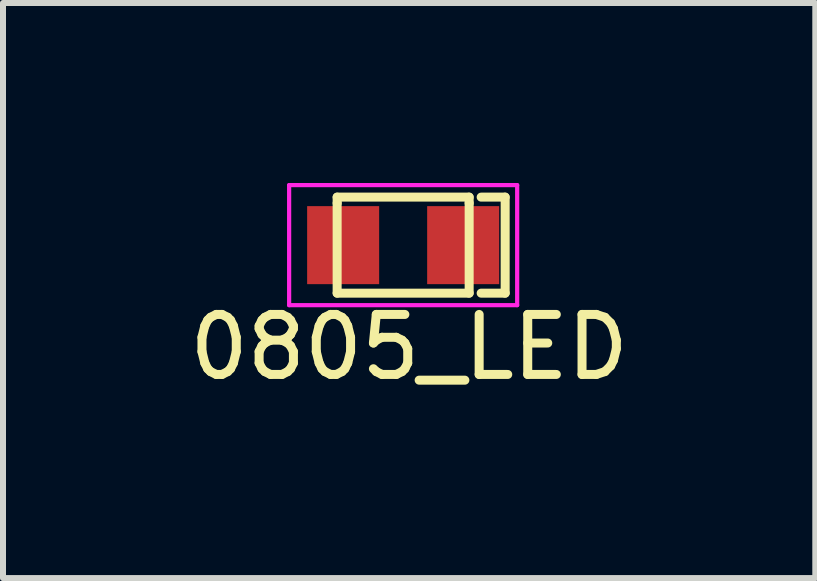
<source format=kicad_pcb>
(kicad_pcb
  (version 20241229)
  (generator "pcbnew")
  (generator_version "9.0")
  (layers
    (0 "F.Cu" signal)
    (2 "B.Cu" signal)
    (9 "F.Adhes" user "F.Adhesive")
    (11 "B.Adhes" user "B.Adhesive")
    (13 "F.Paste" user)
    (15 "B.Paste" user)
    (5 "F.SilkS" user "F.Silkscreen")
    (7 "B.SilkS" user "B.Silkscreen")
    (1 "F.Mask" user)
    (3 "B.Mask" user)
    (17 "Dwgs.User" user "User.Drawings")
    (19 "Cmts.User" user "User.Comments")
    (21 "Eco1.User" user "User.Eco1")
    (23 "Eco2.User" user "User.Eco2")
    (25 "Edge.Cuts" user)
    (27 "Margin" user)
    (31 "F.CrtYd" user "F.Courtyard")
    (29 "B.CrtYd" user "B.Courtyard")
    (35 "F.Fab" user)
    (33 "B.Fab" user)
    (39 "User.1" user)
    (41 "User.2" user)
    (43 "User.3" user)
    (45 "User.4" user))
  (footprint "0805_LED"
    (layer "F.Cu")
    (at 3.668 1.035)
    (property "Reference" "0805_LED" (at 0.1 1.7 0) (layer "F.SilkS") (effects (font (size 1 1) (thickness 0.15))))
    (attr through_hole)
    (fp_line (start -1.1 -0.8) (end 1.1 -0.8) (stroke (width 0.15) (type solid)) (layer "F.SilkS"))
    (fp_line (start -1.1 -0.7) (end -1.1 -0.8) (stroke (width 0.15) (type solid)) (layer "F.SilkS"))
    (fp_line (start -1.1 0.8) (end -1.1 -0.7) (stroke (width 0.15) (type solid)) (layer "F.SilkS"))
    (fp_line (start 1.1 -0.8) (end 1.1 -0.7) (stroke (width 0.15) (type solid)) (layer "F.SilkS"))
    (fp_line (start 1.1 -0.7) (end 1.1 0.8) (stroke (width 0.15) (type solid)) (layer "F.SilkS"))
    (fp_line (start 1.1 0.8) (end -1.1 0.8) (stroke (width 0.15) (type solid)) (layer "F.SilkS"))
    (fp_line (start 1.3 -0.8) (end 1.7 -0.8) (stroke (width 0.15) (type solid)) (layer "F.SilkS"))
    (fp_line (start 1.7 -0.8) (end 1.7 0.8) (stroke (width 0.15) (type solid)) (layer "F.SilkS"))
    (fp_line (start 1.7 0.8) (end 1.3 0.8) (stroke (width 0.15) (type solid)) (layer "F.SilkS"))
    (fp_line (start -1.9 -1) (end -1.9 1) (stroke (width 0.07) (type solid)) (layer "F.CrtYd"))
    (fp_line (start -1.9 1) (end 1.9 1) (stroke (width 0.07) (type solid)) (layer "F.CrtYd"))
    (fp_line (start 1.9 -1) (end -1.9 -1) (stroke (width 0.07) (type solid)) (layer "F.CrtYd"))
    (fp_line (start 1.9 1) (end 1.9 -1) (stroke (width 0.07) (type solid)) (layer "F.CrtYd"))
    (pad "1" smd rect (at 1 0) (size 1.2 1.3) (layers "F.Cu" "F.Mask" "F.Paste"))
    (pad "2" smd rect (at -1 0) (size 1.2 1.3) (layers "F.Cu" "F.Mask" "F.Paste")))
  (gr_rect
    (start -3 -3)
    (end 10.536 6.583)
    (stroke (width 0.1) (type default))
    (fill no)
    (layer "Edge.Cuts")))
</source>
